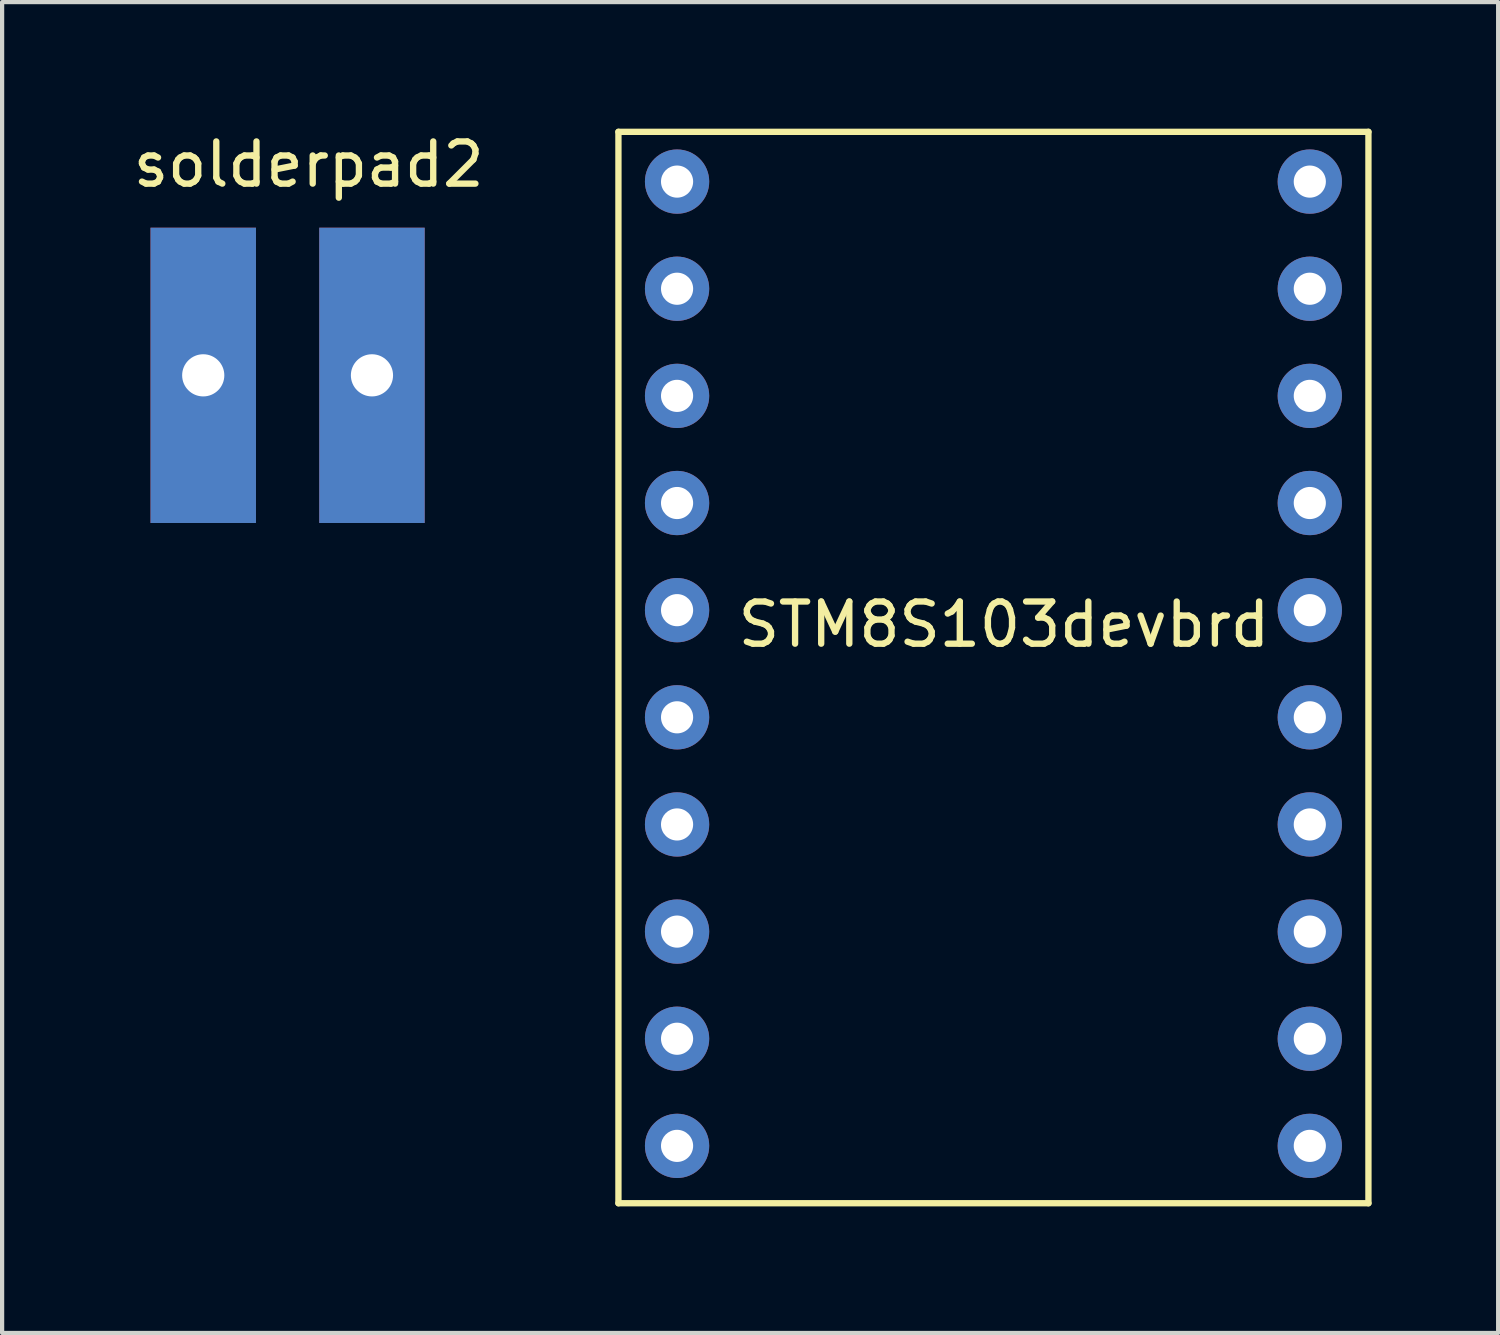
<source format=kicad_pcb>
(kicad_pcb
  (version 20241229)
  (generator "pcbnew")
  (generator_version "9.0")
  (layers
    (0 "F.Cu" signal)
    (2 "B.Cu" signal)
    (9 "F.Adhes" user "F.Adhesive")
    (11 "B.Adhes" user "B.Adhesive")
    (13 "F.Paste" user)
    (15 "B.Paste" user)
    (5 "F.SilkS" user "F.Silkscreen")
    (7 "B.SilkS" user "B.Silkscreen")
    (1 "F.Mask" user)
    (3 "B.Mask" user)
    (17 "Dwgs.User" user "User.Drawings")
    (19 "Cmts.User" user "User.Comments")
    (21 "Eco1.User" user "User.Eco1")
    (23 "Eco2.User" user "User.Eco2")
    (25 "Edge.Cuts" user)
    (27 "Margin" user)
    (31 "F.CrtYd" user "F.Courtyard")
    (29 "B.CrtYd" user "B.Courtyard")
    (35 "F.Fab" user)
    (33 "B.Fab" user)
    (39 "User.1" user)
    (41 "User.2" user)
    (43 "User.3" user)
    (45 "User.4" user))
  (footprint "solderpad2"
    (layer "F.Cu")
    (at 3.768 5.848)
    (property "Reference" "solderpad2" (at 0.5 -5 0) (layer "F.SilkS") (effects (font (size 1 1) (thickness 0.15))))
    (attr through_hole)
    (pad "1" thru_hole rect (at -2 0) (size 2.5 7) (drill 1) (layers "*.Cu" "*.Mask"))
    (pad "2" thru_hole rect (at 2 0) (size 2.5 7) (drill 1) (layers "*.Cu" "*.Mask")))
  (footprint "STM8S103devbrd"
    (layer "F.Cu")
    (at 20.501 11.505)
    (property "Reference" "STM8S103devbrd" (at 0.25 0.25 0) (layer "F.SilkS") (effects (font (size 1 1) (thickness 0.15))))
    (attr through_hole)
    (fp_line (start -8.89 -11.43) (end 8.89 -11.43) (stroke (width 0.15) (type solid)) (layer "F.SilkS"))
    (fp_line (start -8.89 13.97) (end -8.89 -11.43) (stroke (width 0.15) (type solid)) (layer "F.SilkS"))
    (fp_line (start 8.89 -11.43) (end 8.89 13.97) (stroke (width 0.15) (type solid)) (layer "F.SilkS"))
    (fp_line (start 8.89 13.97) (end -8.89 13.97) (stroke (width 0.15) (type solid)) (layer "F.SilkS"))
    (pad "1" thru_hole circle (at -7.5 -10.25) (size 1.524 1.524) (drill 0.762) (layers "*.Cu" "*.Mask"))
    (pad "2" thru_hole circle (at -7.5 -7.71) (size 1.524 1.524) (drill 0.762) (layers "*.Cu" "*.Mask"))
    (pad "3" thru_hole circle (at -7.5 -5.17) (size 1.524 1.524) (drill 0.762) (layers "*.Cu" "*.Mask"))
    (pad "4" thru_hole circle (at -7.5 -2.63) (size 1.524 1.524) (drill 0.762) (layers "*.Cu" "*.Mask"))
    (pad "5" thru_hole circle (at -7.5 -0.09) (size 1.524 1.524) (drill 0.762) (layers "*.Cu" "*.Mask"))
    (pad "6" thru_hole circle (at -7.5 2.45) (size 1.524 1.524) (drill 0.762) (layers "*.Cu" "*.Mask"))
    (pad "7" thru_hole circle (at -7.5 4.99) (size 1.524 1.524) (drill 0.762) (layers "*.Cu" "*.Mask"))
    (pad "8" thru_hole circle (at -7.5 7.53) (size 1.524 1.524) (drill 0.762) (layers "*.Cu" "*.Mask"))
    (pad "9" thru_hole circle (at -7.5 10.07) (size 1.524 1.524) (drill 0.762) (layers "*.Cu" "*.Mask"))
    (pad "10" thru_hole circle (at -7.5 12.61) (size 1.524 1.524) (drill 0.762) (layers "*.Cu" "*.Mask"))
    (pad "11" thru_hole circle (at 7.5 12.61) (size 1.524 1.524) (drill 0.762) (layers "*.Cu" "*.Mask"))
    (pad "12" thru_hole circle (at 7.5 10.07) (size 1.524 1.524) (drill 0.762) (layers "*.Cu" "*.Mask"))
    (pad "13" thru_hole circle (at 7.5 7.53) (size 1.524 1.524) (drill 0.762) (layers "*.Cu" "*.Mask"))
    (pad "14" thru_hole circle (at 7.5 4.99) (size 1.524 1.524) (drill 0.762) (layers "*.Cu" "*.Mask"))
    (pad "15" thru_hole circle (at 7.5 2.45) (size 1.524 1.524) (drill 0.762) (layers "*.Cu" "*.Mask"))
    (pad "16" thru_hole circle (at 7.5 -0.09) (size 1.524 1.524) (drill 0.762) (layers "*.Cu" "*.Mask"))
    (pad "17" thru_hole circle (at 7.5 -2.63) (size 1.524 1.524) (drill 0.762) (layers "*.Cu" "*.Mask"))
    (pad "18" thru_hole circle (at 7.5 -5.17) (size 1.524 1.524) (drill 0.762) (layers "*.Cu" "*.Mask"))
    (pad "19" thru_hole circle (at 7.5 -7.71) (size 1.524 1.524) (drill 0.762) (layers "*.Cu" "*.Mask"))
    (pad "20" thru_hole circle (at 7.5 -10.25) (size 1.524 1.524) (drill 0.762) (layers "*.Cu" "*.Mask")))
  (gr_rect
    (start -3 -3)
    (end 32.466 28.55)
    (stroke (width 0.1) (type default))
    (fill no)
    (layer "Edge.Cuts")))
</source>
